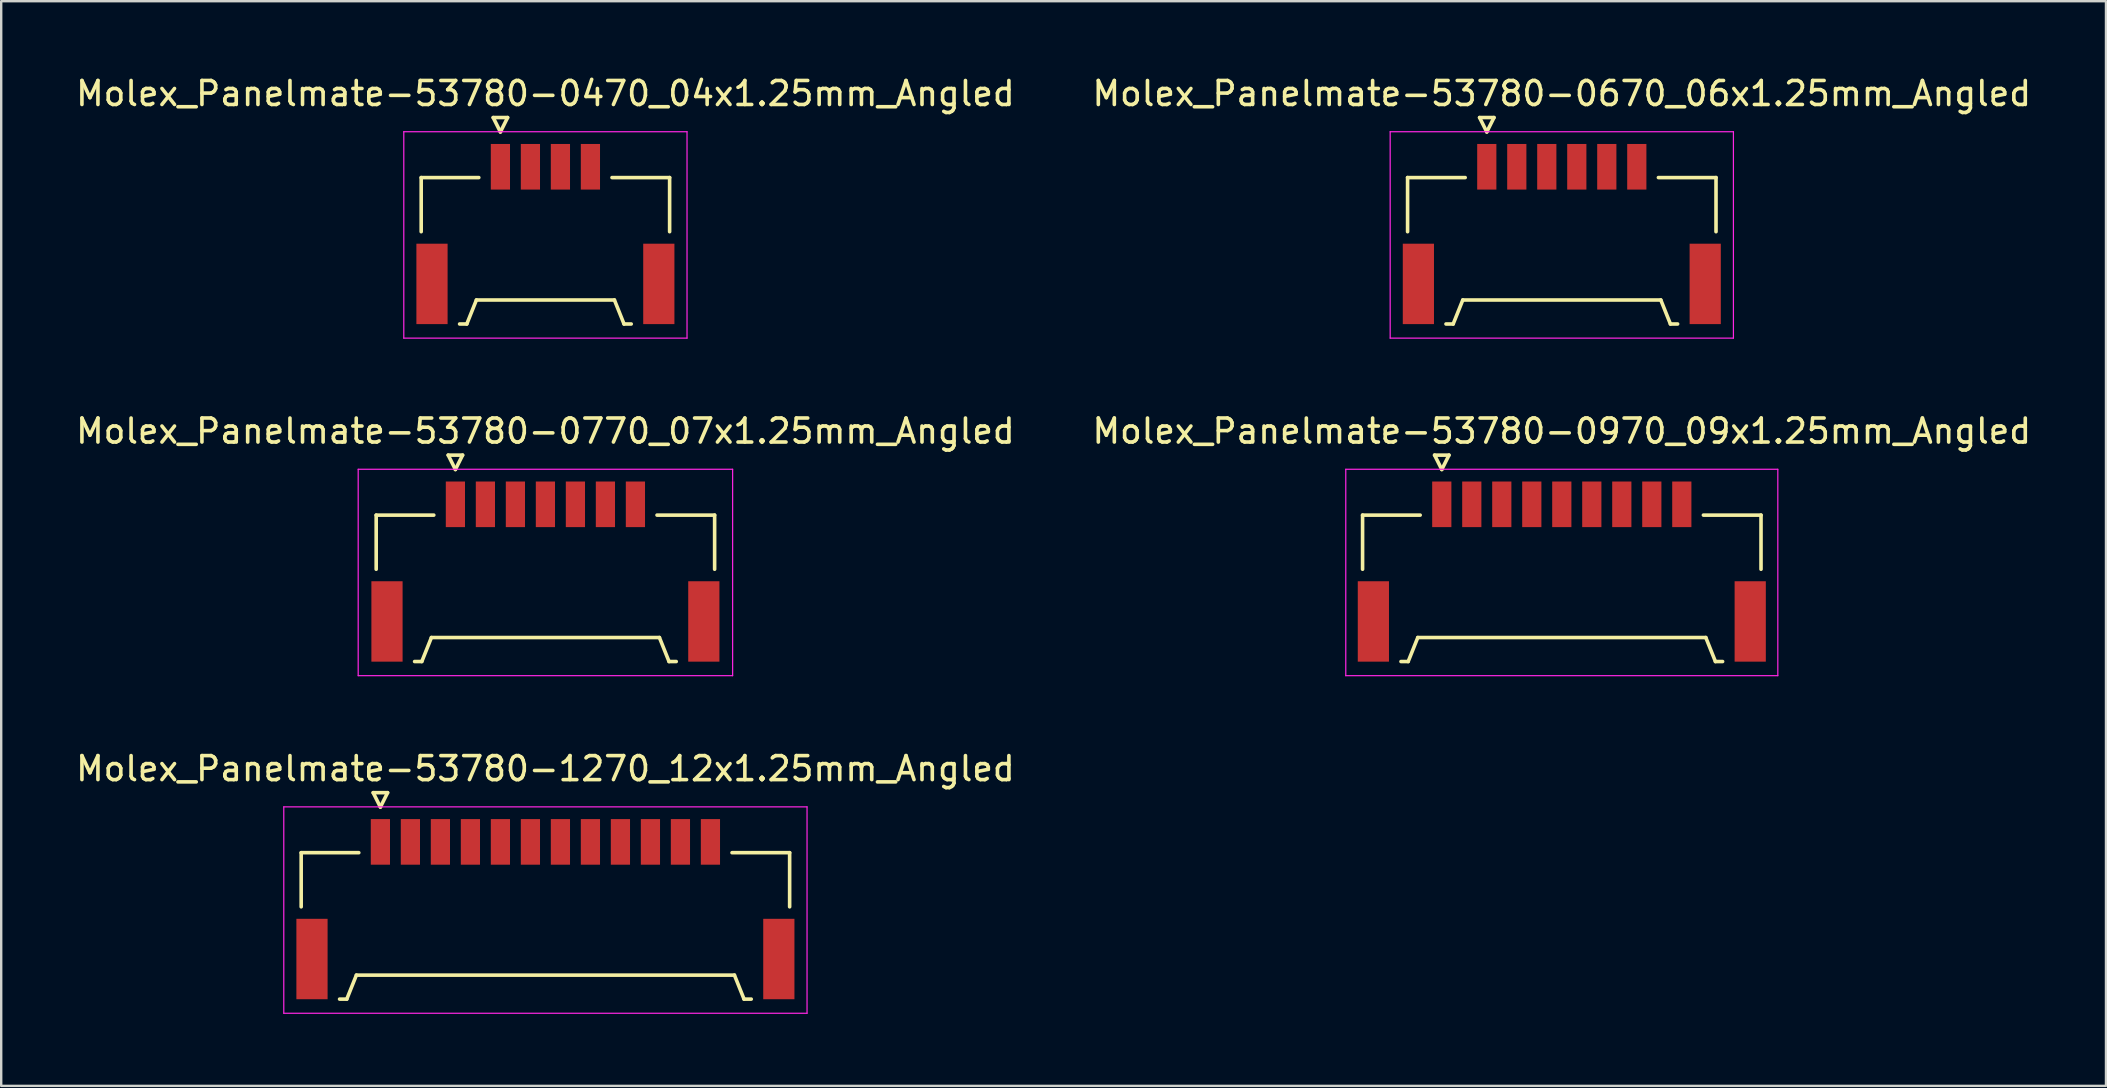
<source format=kicad_pcb>
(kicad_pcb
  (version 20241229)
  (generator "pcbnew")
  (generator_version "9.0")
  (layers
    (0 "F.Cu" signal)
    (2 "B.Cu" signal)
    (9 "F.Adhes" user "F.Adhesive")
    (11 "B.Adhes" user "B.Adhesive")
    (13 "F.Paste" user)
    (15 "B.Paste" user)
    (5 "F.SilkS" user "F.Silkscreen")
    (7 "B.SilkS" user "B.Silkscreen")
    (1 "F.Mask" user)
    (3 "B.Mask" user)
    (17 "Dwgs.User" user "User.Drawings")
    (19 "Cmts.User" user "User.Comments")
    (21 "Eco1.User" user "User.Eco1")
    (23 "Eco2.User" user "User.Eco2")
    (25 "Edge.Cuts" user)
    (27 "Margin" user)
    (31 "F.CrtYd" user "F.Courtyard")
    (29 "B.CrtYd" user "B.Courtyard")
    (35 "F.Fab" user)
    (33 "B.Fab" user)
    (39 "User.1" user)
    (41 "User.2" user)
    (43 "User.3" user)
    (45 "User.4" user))
  (footprint "Molex_Panelmate-53780-0670_06x1.25mm_Angled"
    (layer "F.Cu")
    (at 62.018 6.338)
    (property "Reference" "Molex_Panelmate-53780-0670_06x1.25mm_Angled" (at 0 -5.49 0) (layer "F.SilkS") (effects (font (size 1 1) (thickness 0.15))))
    (attr smd)
    (fp_line (start -6.425 -1.99) (end -6.425 0.265) (stroke (width 0.15) (type solid)) (layer "F.SilkS"))
    (fp_line (start -4.825 4.11) (end -4.525 4.11) (stroke (width 0.15) (type solid)) (layer "F.SilkS"))
    (fp_line (start -4.525 4.11) (end -4.125 3.11) (stroke (width 0.15) (type solid)) (layer "F.SilkS"))
    (fp_line (start -4.125 3.11) (end 4.125 3.11) (stroke (width 0.15) (type solid)) (layer "F.SilkS"))
    (fp_line (start -4.025 -1.99) (end -6.425 -1.99) (stroke (width 0.15) (type solid)) (layer "F.SilkS"))
    (fp_line (start -3.425 -4.49) (end -3.125 -3.89) (stroke (width 0.15) (type solid)) (layer "F.SilkS"))
    (fp_line (start -3.125 -3.89) (end -2.825 -4.49) (stroke (width 0.15) (type solid)) (layer "F.SilkS"))
    (fp_line (start -2.825 -4.49) (end -3.425 -4.49) (stroke (width 0.15) (type solid)) (layer "F.SilkS"))
    (fp_line (start 4.025 -1.99) (end 6.425 -1.99) (stroke (width 0.15) (type solid)) (layer "F.SilkS"))
    (fp_line (start 4.125 3.11) (end 4.525 4.11) (stroke (width 0.15) (type solid)) (layer "F.SilkS"))
    (fp_line (start 4.525 4.11) (end 4.825 4.11) (stroke (width 0.15) (type solid)) (layer "F.SilkS"))
    (fp_line (start 6.425 -1.99) (end 6.425 0.265) (stroke (width 0.15) (type solid)) (layer "F.SilkS"))
    (fp_line (start -7.15 -3.9) (end -7.15 4.7) (stroke (width 0.05) (type solid)) (layer "F.CrtYd"))
    (fp_line (start -7.15 4.7) (end 7.15 4.7) (stroke (width 0.05) (type solid)) (layer "F.CrtYd"))
    (fp_line (start 7.15 -3.9) (end -7.15 -3.9) (stroke (width 0.05) (type solid)) (layer "F.CrtYd"))
    (fp_line (start 7.15 4.7) (end 7.15 -3.9) (stroke (width 0.05) (type solid)) (layer "F.CrtYd"))
    (pad "" smd rect (at -5.975 2.44) (size 1.3 3.35) (layers "F.Cu" "F.Mask" "F.Paste"))
    (pad "" smd rect (at 5.975 2.44) (size 1.3 3.35) (layers "F.Cu" "F.Mask" "F.Paste"))
    (pad "1" smd rect (at -3.125 -2.44) (size 0.8 1.9) (layers "F.Cu" "F.Mask" "F.Paste"))
    (pad "2" smd rect (at -1.875 -2.44) (size 0.8 1.9) (layers "F.Cu" "F.Mask" "F.Paste"))
    (pad "3" smd rect (at -0.625 -2.44) (size 0.8 1.9) (layers "F.Cu" "F.Mask" "F.Paste"))
    (pad "4" smd rect (at 0.625 -2.44) (size 0.8 1.9) (layers "F.Cu" "F.Mask" "F.Paste"))
    (pad "5" smd rect (at 1.875 -2.44) (size 0.8 1.9) (layers "F.Cu" "F.Mask" "F.Paste"))
    (pad "6" smd rect (at 3.125 -2.44) (size 0.8 1.9) (layers "F.Cu" "F.Mask" "F.Paste")))
  (footprint "Molex_Panelmate-53780-0970_09x1.25mm_Angled"
    (layer "F.Cu")
    (at 62.018 20.401)
    (property "Reference" "Molex_Panelmate-53780-0970_09x1.25mm_Angled" (at 0 -5.49 0) (layer "F.SilkS") (effects (font (size 1 1) (thickness 0.15))))
    (attr smd)
    (fp_line (start -8.3 -1.99) (end -8.3 0.265) (stroke (width 0.15) (type solid)) (layer "F.SilkS"))
    (fp_line (start -6.7 4.11) (end -6.4 4.11) (stroke (width 0.15) (type solid)) (layer "F.SilkS"))
    (fp_line (start -6.4 4.11) (end -6 3.11) (stroke (width 0.15) (type solid)) (layer "F.SilkS"))
    (fp_line (start -6 3.11) (end 6 3.11) (stroke (width 0.15) (type solid)) (layer "F.SilkS"))
    (fp_line (start -5.9 -1.99) (end -8.3 -1.99) (stroke (width 0.15) (type solid)) (layer "F.SilkS"))
    (fp_line (start -5.3 -4.49) (end -5 -3.89) (stroke (width 0.15) (type solid)) (layer "F.SilkS"))
    (fp_line (start -5 -3.89) (end -4.7 -4.49) (stroke (width 0.15) (type solid)) (layer "F.SilkS"))
    (fp_line (start -4.7 -4.49) (end -5.3 -4.49) (stroke (width 0.15) (type solid)) (layer "F.SilkS"))
    (fp_line (start 5.9 -1.99) (end 8.3 -1.99) (stroke (width 0.15) (type solid)) (layer "F.SilkS"))
    (fp_line (start 6 3.11) (end 6.4 4.11) (stroke (width 0.15) (type solid)) (layer "F.SilkS"))
    (fp_line (start 6.4 4.11) (end 6.7 4.11) (stroke (width 0.15) (type solid)) (layer "F.SilkS"))
    (fp_line (start 8.3 -1.99) (end 8.3 0.265) (stroke (width 0.15) (type solid)) (layer "F.SilkS"))
    (fp_line (start -9 -3.9) (end -9 4.7) (stroke (width 0.05) (type solid)) (layer "F.CrtYd"))
    (fp_line (start -9 4.7) (end 9 4.7) (stroke (width 0.05) (type solid)) (layer "F.CrtYd"))
    (fp_line (start 9 -3.9) (end -9 -3.9) (stroke (width 0.05) (type solid)) (layer "F.CrtYd"))
    (fp_line (start 9 4.7) (end 9 -3.9) (stroke (width 0.05) (type solid)) (layer "F.CrtYd"))
    (pad "" smd rect (at -7.85 2.44) (size 1.3 3.35) (layers "F.Cu" "F.Mask" "F.Paste"))
    (pad "" smd rect (at 7.85 2.44) (size 1.3 3.35) (layers "F.Cu" "F.Mask" "F.Paste"))
    (pad "1" smd rect (at -5 -2.44) (size 0.8 1.9) (layers "F.Cu" "F.Mask" "F.Paste"))
    (pad "2" smd rect (at -3.75 -2.44) (size 0.8 1.9) (layers "F.Cu" "F.Mask" "F.Paste"))
    (pad "3" smd rect (at -2.5 -2.44) (size 0.8 1.9) (layers "F.Cu" "F.Mask" "F.Paste"))
    (pad "4" smd rect (at -1.25 -2.44) (size 0.8 1.9) (layers "F.Cu" "F.Mask" "F.Paste"))
    (pad "5" smd rect (at 0 -2.44) (size 0.8 1.9) (layers "F.Cu" "F.Mask" "F.Paste"))
    (pad "6" smd rect (at 1.25 -2.44) (size 0.8 1.9) (layers "F.Cu" "F.Mask" "F.Paste"))
    (pad "7" smd rect (at 2.5 -2.44) (size 0.8 1.9) (layers "F.Cu" "F.Mask" "F.Paste"))
    (pad "8" smd rect (at 3.75 -2.44) (size 0.8 1.9) (layers "F.Cu" "F.Mask" "F.Paste"))
    (pad "9" smd rect (at 5 -2.44) (size 0.8 1.9) (layers "F.Cu" "F.Mask" "F.Paste")))
  (footprint "Molex_Panelmate-53780-0470_04x1.25mm_Angled"
    (layer "F.Cu")
    (at 19.673 6.338)
    (property "Reference" "Molex_Panelmate-53780-0470_04x1.25mm_Angled" (at 0 -5.49 0) (layer "F.SilkS") (effects (font (size 1 1) (thickness 0.15))))
    (attr smd)
    (fp_line (start -5.175 -1.99) (end -5.175 0.265) (stroke (width 0.15) (type solid)) (layer "F.SilkS"))
    (fp_line (start -3.575 4.11) (end -3.275 4.11) (stroke (width 0.15) (type solid)) (layer "F.SilkS"))
    (fp_line (start -3.275 4.11) (end -2.875 3.11) (stroke (width 0.15) (type solid)) (layer "F.SilkS"))
    (fp_line (start -2.875 3.11) (end 2.875 3.11) (stroke (width 0.15) (type solid)) (layer "F.SilkS"))
    (fp_line (start -2.775 -1.99) (end -5.175 -1.99) (stroke (width 0.15) (type solid)) (layer "F.SilkS"))
    (fp_line (start -2.175 -4.49) (end -1.875 -3.89) (stroke (width 0.15) (type solid)) (layer "F.SilkS"))
    (fp_line (start -1.875 -3.89) (end -1.575 -4.49) (stroke (width 0.15) (type solid)) (layer "F.SilkS"))
    (fp_line (start -1.575 -4.49) (end -2.175 -4.49) (stroke (width 0.15) (type solid)) (layer "F.SilkS"))
    (fp_line (start 2.775 -1.99) (end 5.175 -1.99) (stroke (width 0.15) (type solid)) (layer "F.SilkS"))
    (fp_line (start 2.875 3.11) (end 3.275 4.11) (stroke (width 0.15) (type solid)) (layer "F.SilkS"))
    (fp_line (start 3.275 4.11) (end 3.575 4.11) (stroke (width 0.15) (type solid)) (layer "F.SilkS"))
    (fp_line (start 5.175 -1.99) (end 5.175 0.265) (stroke (width 0.15) (type solid)) (layer "F.SilkS"))
    (fp_line (start -5.9 -3.9) (end -5.9 4.7) (stroke (width 0.05) (type solid)) (layer "F.CrtYd"))
    (fp_line (start -5.9 4.7) (end 5.9 4.7) (stroke (width 0.05) (type solid)) (layer "F.CrtYd"))
    (fp_line (start 5.9 -3.9) (end -5.9 -3.9) (stroke (width 0.05) (type solid)) (layer "F.CrtYd"))
    (fp_line (start 5.9 4.7) (end 5.9 -3.9) (stroke (width 0.05) (type solid)) (layer "F.CrtYd"))
    (pad "" smd rect (at -4.725 2.44) (size 1.3 3.35) (layers "F.Cu" "F.Mask" "F.Paste"))
    (pad "" smd rect (at 4.725 2.44) (size 1.3 3.35) (layers "F.Cu" "F.Mask" "F.Paste"))
    (pad "1" smd rect (at -1.875 -2.44) (size 0.8 1.9) (layers "F.Cu" "F.Mask" "F.Paste"))
    (pad "2" smd rect (at -0.625 -2.44) (size 0.8 1.9) (layers "F.Cu" "F.Mask" "F.Paste"))
    (pad "3" smd rect (at 0.625 -2.44) (size 0.8 1.9) (layers "F.Cu" "F.Mask" "F.Paste"))
    (pad "4" smd rect (at 1.875 -2.44) (size 0.8 1.9) (layers "F.Cu" "F.Mask" "F.Paste")))
  (footprint "Molex_Panelmate-53780-1270_12x1.25mm_Angled"
    (layer "F.Cu")
    (at 19.673 34.465)
    (property "Reference" "Molex_Panelmate-53780-1270_12x1.25mm_Angled" (at 0 -5.49 0) (layer "F.SilkS") (effects (font (size 1 1) (thickness 0.15))))
    (attr smd)
    (fp_line (start -10.175 -1.99) (end -10.175 0.265) (stroke (width 0.15) (type solid)) (layer "F.SilkS"))
    (fp_line (start -8.575 4.11) (end -8.275 4.11) (stroke (width 0.15) (type solid)) (layer "F.SilkS"))
    (fp_line (start -8.275 4.11) (end -7.875 3.11) (stroke (width 0.15) (type solid)) (layer "F.SilkS"))
    (fp_line (start -7.875 3.11) (end 7.875 3.11) (stroke (width 0.15) (type solid)) (layer "F.SilkS"))
    (fp_line (start -7.775 -1.99) (end -10.175 -1.99) (stroke (width 0.15) (type solid)) (layer "F.SilkS"))
    (fp_line (start -7.175 -4.49) (end -6.875 -3.89) (stroke (width 0.15) (type solid)) (layer "F.SilkS"))
    (fp_line (start -6.875 -3.89) (end -6.575 -4.49) (stroke (width 0.15) (type solid)) (layer "F.SilkS"))
    (fp_line (start -6.575 -4.49) (end -7.175 -4.49) (stroke (width 0.15) (type solid)) (layer "F.SilkS"))
    (fp_line (start 7.775 -1.99) (end 10.175 -1.99) (stroke (width 0.15) (type solid)) (layer "F.SilkS"))
    (fp_line (start 7.875 3.11) (end 8.275 4.11) (stroke (width 0.15) (type solid)) (layer "F.SilkS"))
    (fp_line (start 8.275 4.11) (end 8.575 4.11) (stroke (width 0.15) (type solid)) (layer "F.SilkS"))
    (fp_line (start 10.175 -1.99) (end 10.175 0.265) (stroke (width 0.15) (type solid)) (layer "F.SilkS"))
    (fp_line (start -10.9 -3.9) (end -10.9 4.7) (stroke (width 0.05) (type solid)) (layer "F.CrtYd"))
    (fp_line (start -10.9 4.7) (end 10.9 4.7) (stroke (width 0.05) (type solid)) (layer "F.CrtYd"))
    (fp_line (start 10.9 -3.9) (end -10.9 -3.9) (stroke (width 0.05) (type solid)) (layer "F.CrtYd"))
    (fp_line (start 10.9 4.7) (end 10.9 -3.9) (stroke (width 0.05) (type solid)) (layer "F.CrtYd"))
    (pad "" smd rect (at -9.725 2.44) (size 1.3 3.35) (layers "F.Cu" "F.Mask" "F.Paste"))
    (pad "" smd rect (at 9.725 2.44) (size 1.3 3.35) (layers "F.Cu" "F.Mask" "F.Paste"))
    (pad "1" smd rect (at -6.875 -2.44) (size 0.8 1.9) (layers "F.Cu" "F.Mask" "F.Paste"))
    (pad "2" smd rect (at -5.625 -2.44) (size 0.8 1.9) (layers "F.Cu" "F.Mask" "F.Paste"))
    (pad "3" smd rect (at -4.375 -2.44) (size 0.8 1.9) (layers "F.Cu" "F.Mask" "F.Paste"))
    (pad "4" smd rect (at -3.125 -2.44) (size 0.8 1.9) (layers "F.Cu" "F.Mask" "F.Paste"))
    (pad "5" smd rect (at -1.875 -2.44) (size 0.8 1.9) (layers "F.Cu" "F.Mask" "F.Paste"))
    (pad "6" smd rect (at -0.625 -2.44) (size 0.8 1.9) (layers "F.Cu" "F.Mask" "F.Paste"))
    (pad "7" smd rect (at 0.625 -2.44) (size 0.8 1.9) (layers "F.Cu" "F.Mask" "F.Paste"))
    (pad "8" smd rect (at 1.875 -2.44) (size 0.8 1.9) (layers "F.Cu" "F.Mask" "F.Paste"))
    (pad "9" smd rect (at 3.125 -2.44) (size 0.8 1.9) (layers "F.Cu" "F.Mask" "F.Paste"))
    (pad "10" smd rect (at 4.375 -2.44) (size 0.8 1.9) (layers "F.Cu" "F.Mask" "F.Paste"))
    (pad "11" smd rect (at 5.625 -2.44) (size 0.8 1.9) (layers "F.Cu" "F.Mask" "F.Paste"))
    (pad "12" smd rect (at 6.875 -2.44) (size 0.8 1.9) (layers "F.Cu" "F.Mask" "F.Paste")))
  (footprint "Molex_Panelmate-53780-0770_07x1.25mm_Angled"
    (layer "F.Cu")
    (at 19.673 20.401)
    (property "Reference" "Molex_Panelmate-53780-0770_07x1.25mm_Angled" (at 0 -5.49 0) (layer "F.SilkS") (effects (font (size 1 1) (thickness 0.15))))
    (attr smd)
    (fp_line (start -7.05 -1.99) (end -7.05 0.265) (stroke (width 0.15) (type solid)) (layer "F.SilkS"))
    (fp_line (start -5.45 4.11) (end -5.15 4.11) (stroke (width 0.15) (type solid)) (layer "F.SilkS"))
    (fp_line (start -5.15 4.11) (end -4.75 3.11) (stroke (width 0.15) (type solid)) (layer "F.SilkS"))
    (fp_line (start -4.75 3.11) (end 4.75 3.11) (stroke (width 0.15) (type solid)) (layer "F.SilkS"))
    (fp_line (start -4.65 -1.99) (end -7.05 -1.99) (stroke (width 0.15) (type solid)) (layer "F.SilkS"))
    (fp_line (start -4.05 -4.49) (end -3.75 -3.89) (stroke (width 0.15) (type solid)) (layer "F.SilkS"))
    (fp_line (start -3.75 -3.89) (end -3.45 -4.49) (stroke (width 0.15) (type solid)) (layer "F.SilkS"))
    (fp_line (start -3.45 -4.49) (end -4.05 -4.49) (stroke (width 0.15) (type solid)) (layer "F.SilkS"))
    (fp_line (start 4.65 -1.99) (end 7.05 -1.99) (stroke (width 0.15) (type solid)) (layer "F.SilkS"))
    (fp_line (start 4.75 3.11) (end 5.15 4.11) (stroke (width 0.15) (type solid)) (layer "F.SilkS"))
    (fp_line (start 5.15 4.11) (end 5.45 4.11) (stroke (width 0.15) (type solid)) (layer "F.SilkS"))
    (fp_line (start 7.05 -1.99) (end 7.05 0.265) (stroke (width 0.15) (type solid)) (layer "F.SilkS"))
    (fp_line (start -7.8 -3.9) (end -7.8 4.7) (stroke (width 0.05) (type solid)) (layer "F.CrtYd"))
    (fp_line (start -7.8 4.7) (end 7.8 4.7) (stroke (width 0.05) (type solid)) (layer "F.CrtYd"))
    (fp_line (start 7.8 -3.9) (end -7.8 -3.9) (stroke (width 0.05) (type solid)) (layer "F.CrtYd"))
    (fp_line (start 7.8 4.7) (end 7.8 -3.9) (stroke (width 0.05) (type solid)) (layer "F.CrtYd"))
    (pad "" smd rect (at -6.6 2.44) (size 1.3 3.35) (layers "F.Cu" "F.Mask" "F.Paste"))
    (pad "" smd rect (at 6.6 2.44) (size 1.3 3.35) (layers "F.Cu" "F.Mask" "F.Paste"))
    (pad "1" smd rect (at -3.75 -2.44) (size 0.8 1.9) (layers "F.Cu" "F.Mask" "F.Paste"))
    (pad "2" smd rect (at -2.5 -2.44) (size 0.8 1.9) (layers "F.Cu" "F.Mask" "F.Paste"))
    (pad "3" smd rect (at -1.25 -2.44) (size 0.8 1.9) (layers "F.Cu" "F.Mask" "F.Paste"))
    (pad "4" smd rect (at 0 -2.44) (size 0.8 1.9) (layers "F.Cu" "F.Mask" "F.Paste"))
    (pad "5" smd rect (at 1.25 -2.44) (size 0.8 1.9) (layers "F.Cu" "F.Mask" "F.Paste"))
    (pad "6" smd rect (at 2.5 -2.44) (size 0.8 1.9) (layers "F.Cu" "F.Mask" "F.Paste"))
    (pad "7" smd rect (at 3.75 -2.44) (size 0.8 1.9) (layers "F.Cu" "F.Mask" "F.Paste")))
  (gr_rect
    (start -3 -3)
    (end 84.69 42.19)
    (stroke (width 0.1) (type default))
    (fill no)
    (layer "Edge.Cuts")))
</source>
